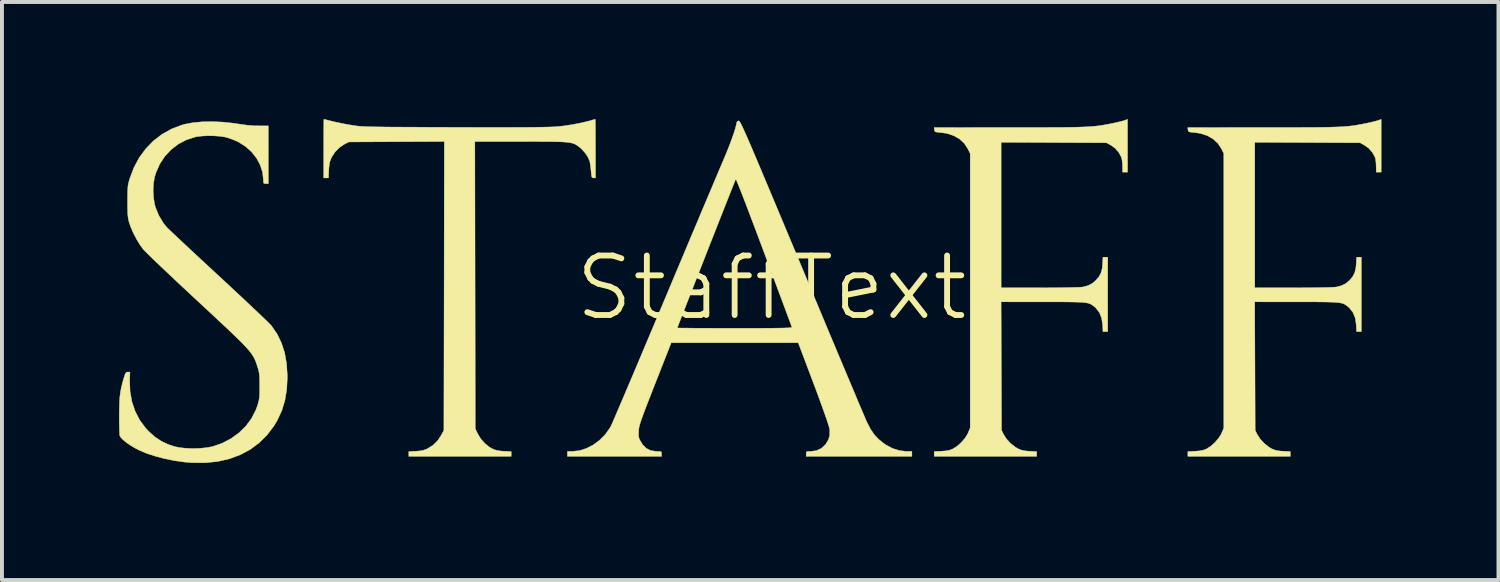
<source format=kicad_pcb>
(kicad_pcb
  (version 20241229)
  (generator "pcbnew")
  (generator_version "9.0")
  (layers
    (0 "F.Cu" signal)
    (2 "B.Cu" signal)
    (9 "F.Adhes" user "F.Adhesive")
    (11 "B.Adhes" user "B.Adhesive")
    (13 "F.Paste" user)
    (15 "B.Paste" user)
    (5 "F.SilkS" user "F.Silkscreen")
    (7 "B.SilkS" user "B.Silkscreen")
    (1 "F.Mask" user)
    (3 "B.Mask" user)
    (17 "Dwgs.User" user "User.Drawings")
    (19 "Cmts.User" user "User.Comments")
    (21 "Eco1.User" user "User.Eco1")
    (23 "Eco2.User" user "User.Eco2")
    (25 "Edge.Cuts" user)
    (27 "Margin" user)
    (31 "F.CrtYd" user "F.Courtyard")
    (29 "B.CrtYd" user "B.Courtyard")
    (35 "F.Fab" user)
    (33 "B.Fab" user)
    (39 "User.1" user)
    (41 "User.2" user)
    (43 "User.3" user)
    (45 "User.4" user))
  (footprint "StaffText"
    (layer "F.Cu")
    (at 16.715 4.323)
    (property "Reference" "StaffText" (at 0 0 0) (layer "F.SilkS") (effects (font (size 1.524 1.524) (thickness 0.15))))
    (attr through_hole)
    (fp_poly (pts (xy 9.123 -2.963) (xy 8.996 -2.963) (xy 8.994 -3.117) (xy 8.99 -3.204) (xy 8.98 -3.284) (xy 8.968 -3.338) (xy 8.9 -3.465) (xy 8.802 -3.577) (xy 8.698 -3.651) (xy 8.583 -3.715) (xy 7.234 -3.721) (xy 5.884 -3.727) (xy 5.884 0) (xy 6.876 0) (xy 7.093 -0.00045) (xy 7.296 -0.002) (xy 7.48 -0.004) (xy 7.643 -0.007) (xy 7.779 -0.01) (xy 7.884 -0.014) (xy 7.954 -0.018) (xy 7.979 -0.021) (xy 8.11 -0.056) (xy 8.216 -0.11) (xy 8.308 -0.187) (xy 8.388 -0.28) (xy 8.441 -0.378) (xy 8.472 -0.492) (xy 8.484 -0.609) (xy 8.493 -0.783) (xy 8.615 -0.783) (xy 8.615 1.122) (xy 8.493 1.122) (xy 8.484 0.947) (xy 8.459 0.777) (xy 8.402 0.635) (xy 8.313 0.52) (xy 8.27 0.482) (xy 8.237 0.456) (xy 8.206 0.434) (xy 8.173 0.416) (xy 8.135 0.401) (xy 8.088 0.389) (xy 8.027 0.38) (xy 7.951 0.373) (xy 7.854 0.368) (xy 7.733 0.365) (xy 7.584 0.363) (xy 7.404 0.361) (xy 7.188 0.361) (xy 6.958 0.361) (xy 5.883 0.36) (xy 5.889 2.006) (xy 5.895 3.651) (xy 5.947 3.757) (xy 6.024 3.876) (xy 6.13 3.99) (xy 6.251 4.084) (xy 6.31 4.119) (xy 6.382 4.151) (xy 6.455 4.171) (xy 6.545 4.183) (xy 6.609 4.187) (xy 6.795 4.196) (xy 6.795 4.318) (xy 4.17 4.318) (xy 4.17 4.196) (xy 4.355 4.187) (xy 4.473 4.178) (xy 4.564 4.16) (xy 4.642 4.13) (xy 4.646 4.128) (xy 4.755 4.059) (xy 4.863 3.964) (xy 4.958 3.853) (xy 5.028 3.741) (xy 5.041 3.711) (xy 5.091 3.588) (xy 5.091 -3.44) (xy 5.032 -3.559) (xy 4.941 -3.698) (xy 4.818 -3.812) (xy 4.667 -3.898) (xy 4.494 -3.955) (xy 4.357 -3.975) (xy 4.271 -3.983) (xy 4.218 -3.991) (xy 4.19 -4.003) (xy 4.178 -4.022) (xy 4.174 -4.048) (xy 4.167 -4.106) (xy 6.11 -4.107) (xy 6.456 -4.107) (xy 6.762 -4.107) (xy 7.033 -4.108) (xy 7.27 -4.109) (xy 7.477 -4.11) (xy 7.657 -4.112) (xy 7.813 -4.115) (xy 7.949 -4.119) (xy 8.067 -4.124) (xy 8.17 -4.13) (xy 8.262 -4.137) (xy 8.345 -4.146) (xy 8.424 -4.156) (xy 8.499 -4.168) (xy 8.576 -4.182) (xy 8.657 -4.197) (xy 8.738 -4.213) (xy 8.839 -4.235) (xy 8.935 -4.258) (xy 9.01 -4.277) (xy 9.041 -4.287) (xy 9.123 -4.316) (xy 9.123 -2.963)) (stroke (width 0.01) (type solid)) (fill yes) (layer "F.SilkS"))
    (fp_poly (pts (xy 15.621 -2.963) (xy 15.494 -2.963) (xy 15.492 -3.117) (xy 15.488 -3.204) (xy 15.478 -3.284) (xy 15.466 -3.338) (xy 15.398 -3.465) (xy 15.3 -3.577) (xy 15.196 -3.651) (xy 15.081 -3.715) (xy 13.732 -3.721) (xy 12.383 -3.727) (xy 12.383 0) (xy 13.374 0) (xy 13.591 -0.00045) (xy 13.794 -0.002) (xy 13.979 -0.004) (xy 14.141 -0.007) (xy 14.277 -0.01) (xy 14.382 -0.014) (xy 14.452 -0.018) (xy 14.477 -0.021) (xy 14.608 -0.056) (xy 14.714 -0.11) (xy 14.806 -0.187) (xy 14.887 -0.28) (xy 14.939 -0.378) (xy 14.97 -0.492) (xy 14.982 -0.609) (xy 14.991 -0.783) (xy 15.113 -0.783) (xy 15.113 1.122) (xy 14.991 1.122) (xy 14.982 0.947) (xy 14.957 0.777) (xy 14.9 0.635) (xy 14.811 0.52) (xy 14.769 0.482) (xy 14.735 0.456) (xy 14.704 0.434) (xy 14.671 0.416) (xy 14.633 0.401) (xy 14.586 0.389) (xy 14.526 0.38) (xy 14.449 0.373) (xy 14.352 0.368) (xy 14.231 0.365) (xy 14.082 0.363) (xy 13.902 0.361) (xy 13.687 0.361) (xy 13.456 0.361) (xy 12.381 0.36) (xy 12.387 2.006) (xy 12.393 3.651) (xy 12.445 3.757) (xy 12.522 3.876) (xy 12.628 3.99) (xy 12.749 4.084) (xy 12.808 4.119) (xy 12.88 4.151) (xy 12.953 4.171) (xy 13.043 4.183) (xy 13.107 4.187) (xy 13.293 4.196) (xy 13.293 4.318) (xy 10.668 4.318) (xy 10.668 4.196) (xy 10.854 4.187) (xy 10.971 4.178) (xy 11.062 4.16) (xy 11.14 4.13) (xy 11.145 4.128) (xy 11.254 4.059) (xy 11.361 3.964) (xy 11.456 3.853) (xy 11.526 3.741) (xy 11.539 3.711) (xy 11.589 3.588) (xy 11.589 -3.44) (xy 11.53 -3.559) (xy 11.439 -3.698) (xy 11.316 -3.812) (xy 11.166 -3.898) (xy 10.992 -3.955) (xy 10.855 -3.975) (xy 10.769 -3.983) (xy 10.716 -3.991) (xy 10.688 -4.003) (xy 10.676 -4.022) (xy 10.672 -4.048) (xy 10.665 -4.106) (xy 12.609 -4.107) (xy 12.954 -4.107) (xy 13.261 -4.107) (xy 13.531 -4.108) (xy 13.768 -4.109) (xy 13.975 -4.11) (xy 14.155 -4.112) (xy 14.311 -4.115) (xy 14.447 -4.119) (xy 14.565 -4.124) (xy 14.668 -4.13) (xy 14.76 -4.137) (xy 14.844 -4.146) (xy 14.922 -4.156) (xy 14.998 -4.168) (xy 15.074 -4.182) (xy 15.155 -4.197) (xy 15.236 -4.213) (xy 15.338 -4.235) (xy 15.433 -4.258) (xy 15.508 -4.277) (xy 15.539 -4.287) (xy 15.621 -4.316) (xy 15.621 -2.963)) (stroke (width 0.01) (type solid)) (fill yes) (layer "F.SilkS"))
    (fp_poly (pts (xy -4.514 -4.298) (xy -4.512 -4.24) (xy -4.511 -4.149) (xy -4.51 -4.03) (xy -4.509 -3.888) (xy -4.509 -3.727) (xy -4.508 -3.567) (xy -4.508 -2.815) (xy -4.558 -2.815) (xy -4.583 -2.818) (xy -4.599 -2.831) (xy -4.609 -2.864) (xy -4.616 -2.925) (xy -4.622 -2.99) (xy -4.631 -3.083) (xy -4.643 -3.169) (xy -4.654 -3.232) (xy -4.656 -3.239) (xy -4.705 -3.354) (xy -4.784 -3.47) (xy -4.884 -3.574) (xy -4.91 -3.596) (xy -4.95 -3.627) (xy -4.986 -3.653) (xy -5.023 -3.675) (xy -5.064 -3.693) (xy -5.113 -3.708) (xy -5.173 -3.72) (xy -5.247 -3.729) (xy -5.341 -3.736) (xy -5.456 -3.741) (xy -5.596 -3.744) (xy -5.766 -3.745) (xy -5.968 -3.746) (xy -6.206 -3.746) (xy -6.418 -3.747) (xy -7.599 -3.747) (xy -7.588 3.609) (xy -7.532 3.73) (xy -7.452 3.863) (xy -7.347 3.984) (xy -7.228 4.081) (xy -7.159 4.121) (xy -7.083 4.153) (xy -7.006 4.173) (xy -6.912 4.184) (xy -6.854 4.187) (xy -6.668 4.196) (xy -6.668 4.318) (xy -9.292 4.318) (xy -9.292 4.196) (xy -9.107 4.187) (xy -9 4.178) (xy -8.919 4.163) (xy -8.848 4.138) (xy -8.81 4.12) (xy -8.662 4.026) (xy -8.546 3.908) (xy -8.465 3.784) (xy -8.393 3.651) (xy -8.387 -0.048) (xy -8.382 -3.748) (xy -9.604 -3.742) (xy -10.827 -3.736) (xy -10.933 -3.684) (xy -11.065 -3.597) (xy -11.181 -3.48) (xy -11.268 -3.346) (xy -11.277 -3.327) (xy -11.308 -3.25) (xy -11.327 -3.17) (xy -11.338 -3.071) (xy -11.342 -3.011) (xy -11.35 -2.815) (xy -11.472 -2.815) (xy -11.472 -3.567) (xy -11.472 -3.74) (xy -11.472 -3.9) (xy -11.471 -4.04) (xy -11.47 -4.157) (xy -11.469 -4.245) (xy -11.468 -4.301) (xy -11.467 -4.318) (xy -11.445 -4.313) (xy -11.391 -4.3) (xy -11.315 -4.281) (xy -11.253 -4.265) (xy -11.149 -4.241) (xy -11.019 -4.214) (xy -10.881 -4.187) (xy -10.756 -4.166) (xy -10.71 -4.159) (xy -10.666 -4.152) (xy -10.62 -4.146) (xy -10.572 -4.141) (xy -10.517 -4.137) (xy -10.453 -4.133) (xy -10.378 -4.129) (xy -10.289 -4.126) (xy -10.183 -4.124) (xy -10.058 -4.122) (xy -9.911 -4.12) (xy -9.739 -4.118) (xy -9.54 -4.117) (xy -9.312 -4.116) (xy -9.05 -4.115) (xy -8.754 -4.113) (xy -8.42 -4.112) (xy -8.149 -4.111) (xy -7.702 -4.11) (xy -7.294 -4.109) (xy -6.928 -4.109) (xy -6.602 -4.11) (xy -6.318 -4.111) (xy -6.075 -4.113) (xy -5.873 -4.116) (xy -5.713 -4.119) (xy -5.595 -4.123) (xy -5.528 -4.126) (xy -5.318 -4.148) (xy -5.096 -4.182) (xy -4.877 -4.224) (xy -4.678 -4.272) (xy -4.626 -4.287) (xy -4.566 -4.305) (xy -4.525 -4.316) (xy -4.515 -4.318) (xy -4.514 -4.298)) (stroke (width 0.01) (type solid)) (fill yes) (layer "F.SilkS"))
    (fp_poly (pts (xy -14.053 -4.245) (xy -13.774 -4.215) (xy -13.624 -4.192) (xy -13.436 -4.166) (xy -13.243 -4.151) (xy -13.132 -4.149) (xy -12.89 -4.149) (xy -12.89 -2.667) (xy -12.954 -2.667) (xy -12.992 -2.669) (xy -13.011 -2.684) (xy -13.017 -2.723) (xy -13.018 -2.768) (xy -13.038 -2.959) (xy -13.097 -3.144) (xy -13.192 -3.32) (xy -13.318 -3.48) (xy -13.472 -3.619) (xy -13.651 -3.732) (xy -13.674 -3.744) (xy -13.776 -3.789) (xy -13.888 -3.83) (xy -13.988 -3.859) (xy -14.009 -3.864) (xy -14.139 -3.883) (xy -14.291 -3.893) (xy -14.45 -3.895) (xy -14.602 -3.887) (xy -14.73 -3.871) (xy -14.761 -3.864) (xy -14.989 -3.79) (xy -15.198 -3.681) (xy -15.383 -3.538) (xy -15.543 -3.367) (xy -15.673 -3.169) (xy -15.77 -2.948) (xy -15.804 -2.836) (xy -15.832 -2.676) (xy -15.841 -2.495) (xy -15.831 -2.311) (xy -15.804 -2.141) (xy -15.783 -2.064) (xy -15.696 -1.852) (xy -15.581 -1.66) (xy -15.5 -1.558) (xy -15.472 -1.53) (xy -15.416 -1.475) (xy -15.333 -1.397) (xy -15.227 -1.297) (xy -15.1 -1.177) (xy -14.954 -1.041) (xy -14.792 -0.89) (xy -14.617 -0.727) (xy -14.43 -0.554) (xy -14.235 -0.373) (xy -14.16 -0.304) (xy -13.962 -0.121) (xy -13.772 0.057) (xy -13.591 0.225) (xy -13.423 0.383) (xy -13.269 0.528) (xy -13.133 0.656) (xy -13.018 0.767) (xy -12.924 0.857) (xy -12.856 0.925) (xy -12.816 0.966) (xy -12.809 0.975) (xy -12.665 1.185) (xy -12.554 1.413) (xy -12.473 1.664) (xy -12.424 1.939) (xy -12.404 2.242) (xy -12.404 2.301) (xy -12.419 2.606) (xy -12.466 2.886) (xy -12.545 3.146) (xy -12.659 3.392) (xy -12.746 3.538) (xy -12.923 3.772) (xy -13.127 3.974) (xy -13.356 4.143) (xy -13.61 4.279) (xy -13.886 4.381) (xy -14.185 4.45) (xy -14.504 4.483) (xy -14.843 4.481) (xy -15.05 4.464) (xy -15.302 4.428) (xy -15.554 4.376) (xy -15.796 4.312) (xy -16.017 4.239) (xy -16.203 4.16) (xy -16.321 4.098) (xy -16.434 4.029) (xy -16.535 3.958) (xy -16.617 3.89) (xy -16.673 3.831) (xy -16.695 3.791) (xy -16.7 3.754) (xy -16.704 3.682) (xy -16.707 3.582) (xy -16.709 3.46) (xy -16.71 3.324) (xy -16.71 3.27) (xy -16.708 3.085) (xy -16.704 2.932) (xy -16.695 2.802) (xy -16.681 2.687) (xy -16.661 2.576) (xy -16.633 2.46) (xy -16.597 2.329) (xy -16.592 2.312) (xy -16.567 2.234) (xy -16.547 2.188) (xy -16.527 2.166) (xy -16.501 2.159) (xy -16.491 2.159) (xy -16.436 2.159) (xy -16.443 2.369) (xy -16.433 2.651) (xy -16.386 2.917) (xy -16.302 3.165) (xy -16.184 3.393) (xy -16.031 3.599) (xy -15.956 3.678) (xy -15.798 3.819) (xy -15.637 3.927) (xy -15.461 4.011) (xy -15.289 4.068) (xy -15.157 4.096) (xy -14.997 4.112) (xy -14.822 4.118) (xy -14.644 4.113) (xy -14.478 4.097) (xy -14.334 4.071) (xy -14.319 4.067) (xy -14.072 3.982) (xy -13.845 3.863) (xy -13.642 3.716) (xy -13.465 3.543) (xy -13.32 3.347) (xy -13.21 3.131) (xy -13.174 3.034) (xy -13.15 2.959) (xy -13.134 2.895) (xy -13.123 2.831) (xy -13.116 2.759) (xy -13.114 2.666) (xy -13.113 2.543) (xy -13.113 2.519) (xy -13.113 2.39) (xy -13.116 2.293) (xy -13.121 2.217) (xy -13.131 2.153) (xy -13.147 2.09) (xy -13.17 2.017) (xy -13.173 2.006) (xy -13.194 1.945) (xy -13.214 1.888) (xy -13.236 1.835) (xy -13.262 1.783) (xy -13.294 1.73) (xy -13.333 1.673) (xy -13.383 1.61) (xy -13.445 1.539) (xy -13.52 1.458) (xy -13.612 1.365) (xy -13.722 1.257) (xy -13.852 1.132) (xy -14.004 0.989) (xy -14.181 0.823) (xy -14.383 0.635) (xy -14.614 0.42) (xy -14.702 0.339) (xy -14.901 0.153) (xy -15.094 -0.026) (xy -15.277 -0.198) (xy -15.449 -0.36) (xy -15.606 -0.509) (xy -15.746 -0.642) (xy -15.867 -0.758) (xy -15.965 -0.854) (xy -16.038 -0.926) (xy -16.084 -0.974) (xy -16.093 -0.984) (xy -16.181 -1.104) (xy -16.27 -1.252) (xy -16.353 -1.412) (xy -16.421 -1.571) (xy -16.461 -1.693) (xy -16.476 -1.755) (xy -16.486 -1.823) (xy -16.493 -1.906) (xy -16.497 -2.011) (xy -16.498 -2.147) (xy -16.498 -2.223) (xy -16.497 -2.364) (xy -16.495 -2.472) (xy -16.491 -2.556) (xy -16.484 -2.623) (xy -16.472 -2.684) (xy -16.456 -2.746) (xy -16.44 -2.8) (xy -16.334 -3.08) (xy -16.196 -3.336) (xy -16.028 -3.565) (xy -15.833 -3.765) (xy -15.613 -3.934) (xy -15.371 -4.069) (xy -15.109 -4.169) (xy -15.03 -4.191) (xy -14.823 -4.23) (xy -14.586 -4.252) (xy -14.326 -4.257) (xy -14.053 -4.245)) (stroke (width 0.01) (type solid)) (fill yes) (layer "F.SilkS"))
    (fp_poly (pts (xy -0.831 -4.273) (xy -0.822 -4.265) (xy -0.811 -4.25) (xy -0.796 -4.226) (xy -0.778 -4.191) (xy -0.754 -4.144) (xy -0.726 -4.083) (xy -0.691 -4.007) (xy -0.65 -3.914) (xy -0.601 -3.803) (xy -0.544 -3.671) (xy -0.478 -3.518) (xy -0.403 -3.341) (xy -0.318 -3.14) (xy -0.222 -2.912) (xy -0.114 -2.655) (xy 0.006 -2.369) (xy 0.139 -2.052) (xy 0.286 -1.702) (xy 0.447 -1.317) (xy 0.623 -0.896) (xy 0.783 -0.513) (xy 0.943 -0.13) (xy 1.1 0.245) (xy 1.252 0.609) (xy 1.399 0.961) (xy 1.54 1.297) (xy 1.674 1.617) (xy 1.801 1.918) (xy 1.918 2.198) (xy 2.027 2.456) (xy 2.125 2.688) (xy 2.211 2.894) (xy 2.286 3.071) (xy 2.348 3.216) (xy 2.396 3.329) (xy 2.429 3.407) (xy 2.447 3.448) (xy 2.448 3.448) (xy 2.539 3.623) (xy 2.637 3.766) (xy 2.751 3.887) (xy 2.889 3.996) (xy 2.93 4.024) (xy 3.094 4.112) (xy 3.271 4.169) (xy 3.447 4.191) (xy 3.463 4.191) (xy 3.598 4.191) (xy 3.598 4.318) (xy 0.889 4.318) (xy 0.889 4.255) (xy 0.891 4.219) (xy 0.903 4.2) (xy 0.935 4.192) (xy 0.999 4.191) (xy 1.012 4.191) (xy 1.153 4.172) (xy 1.276 4.115) (xy 1.378 4.021) (xy 1.391 4.005) (xy 1.459 3.894) (xy 1.492 3.783) (xy 1.493 3.658) (xy 1.485 3.598) (xy 1.472 3.55) (xy 1.446 3.467) (xy 1.408 3.353) (xy 1.358 3.211) (xy 1.299 3.045) (xy 1.232 2.861) (xy 1.159 2.662) (xy 1.08 2.452) (xy 1.073 2.434) (xy 0.686 1.408) (xy -2.568 1.408) (xy -2.98 2.455) (xy -3.071 2.688) (xy -3.148 2.885) (xy -3.212 3.049) (xy -3.264 3.186) (xy -3.305 3.297) (xy -3.337 3.387) (xy -3.361 3.46) (xy -3.378 3.519) (xy -3.39 3.567) (xy -3.397 3.608) (xy -3.401 3.646) (xy -3.402 3.663) (xy -3.406 3.759) (xy -3.4 3.827) (xy -3.383 3.881) (xy -3.376 3.896) (xy -3.297 4.024) (xy -3.207 4.113) (xy -3.101 4.167) (xy -2.974 4.189) (xy -2.937 4.191) (xy -2.868 4.192) (xy -2.832 4.198) (xy -2.818 4.215) (xy -2.815 4.249) (xy -2.815 4.255) (xy -2.815 4.318) (xy -5.228 4.318) (xy -5.228 4.191) (xy -5.093 4.191) (xy -4.915 4.171) (xy -4.736 4.113) (xy -4.563 4.023) (xy -4.402 3.903) (xy -4.259 3.759) (xy -4.141 3.594) (xy -4.113 3.544) (xy -4.097 3.511) (xy -4.066 3.441) (xy -4.021 3.336) (xy -3.962 3.198) (xy -3.89 3.03) (xy -3.806 2.834) (xy -3.712 2.612) (xy -3.608 2.367) (xy -3.494 2.099) (xy -3.373 1.812) (xy -3.245 1.508) (xy -3.11 1.189) (xy -3.042 1.028) (xy -2.413 1.028) (xy -2.392 1.029) (xy -2.333 1.031) (xy -2.238 1.032) (xy -2.111 1.033) (xy -1.955 1.035) (xy -1.773 1.036) (xy -1.57 1.036) (xy -1.348 1.037) (xy -1.111 1.037) (xy -0.94 1.037) (xy -0.644 1.037) (xy -0.388 1.037) (xy -0.17 1.036) (xy 0.014 1.035) (xy 0.164 1.033) (xy 0.285 1.031) (xy 0.379 1.028) (xy 0.447 1.025) (xy 0.492 1.021) (xy 0.517 1.016) (xy 0.525 1.011) (xy 0.525 1.011) (xy 0.516 0.987) (xy 0.494 0.927) (xy 0.459 0.833) (xy 0.412 0.708) (xy 0.355 0.553) (xy 0.288 0.373) (xy 0.212 0.17) (xy 0.129 -0.053) (xy 0.039 -0.294) (xy -0.056 -0.55) (xy -0.156 -0.818) (xy -0.192 -0.914) (xy -0.312 -1.235) (xy -0.423 -1.531) (xy -0.525 -1.799) (xy -0.615 -2.038) (xy -0.695 -2.246) (xy -0.764 -2.423) (xy -0.82 -2.566) (xy -0.864 -2.674) (xy -0.895 -2.746) (xy -0.913 -2.78) (xy -0.916 -2.783) (xy -0.926 -2.76) (xy -0.949 -2.701) (xy -0.986 -2.609) (xy -1.034 -2.488) (xy -1.092 -2.341) (xy -1.159 -2.171) (xy -1.234 -1.982) (xy -1.315 -1.777) (xy -1.401 -1.558) (xy -1.491 -1.33) (xy -1.583 -1.096) (xy -1.676 -0.859) (xy -1.769 -0.622) (xy -1.861 -0.388) (xy -1.95 -0.162) (xy -2.034 0.055) (xy -2.114 0.258) (xy -2.187 0.444) (xy -2.252 0.611) (xy -2.308 0.754) (xy -2.353 0.87) (xy -2.386 0.957) (xy -2.407 1.011) (xy -2.413 1.028) (xy -3.042 1.028) (xy -2.97 0.856) (xy -2.826 0.513) (xy -2.73 0.285) (xy -2.582 -0.068) (xy -2.436 -0.416) (xy -2.293 -0.754) (xy -2.156 -1.082) (xy -2.024 -1.396) (xy -1.898 -1.693) (xy -1.781 -1.973) (xy -1.672 -2.231) (xy -1.572 -2.466) (xy -1.484 -2.676) (xy -1.407 -2.857) (xy -1.344 -3.008) (xy -1.293 -3.126) (xy -1.258 -3.208) (xy -1.246 -3.236) (xy -1.162 -3.436) (xy -1.086 -3.625) (xy -1.02 -3.8) (xy -0.966 -3.953) (xy -0.926 -4.079) (xy -0.902 -4.174) (xy -0.9 -4.186) (xy -0.887 -4.243) (xy -0.867 -4.27) (xy -0.837 -4.276) (xy -0.831 -4.273)) (stroke (width 0.01) (type solid)) (fill yes) (layer "F.SilkS")))
  (gr_rect
    (start -3 -3)
    (end 35.341 11.811)
    (stroke (width 0.1) (type default))
    (fill no)
    (layer "Edge.Cuts")))
</source>
